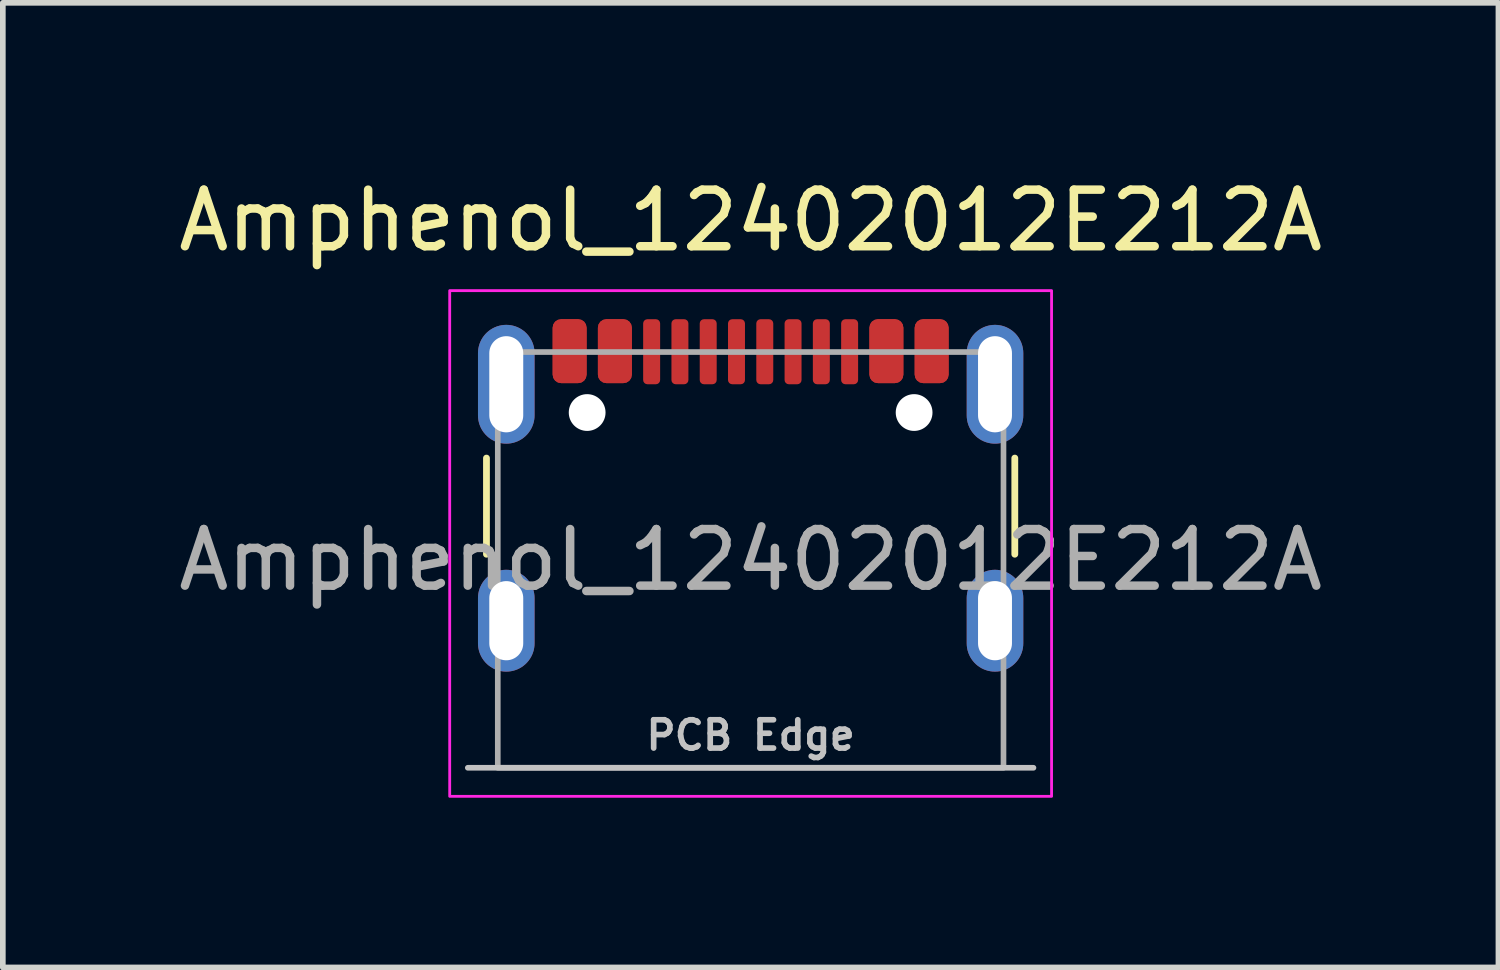
<source format=kicad_pcb>
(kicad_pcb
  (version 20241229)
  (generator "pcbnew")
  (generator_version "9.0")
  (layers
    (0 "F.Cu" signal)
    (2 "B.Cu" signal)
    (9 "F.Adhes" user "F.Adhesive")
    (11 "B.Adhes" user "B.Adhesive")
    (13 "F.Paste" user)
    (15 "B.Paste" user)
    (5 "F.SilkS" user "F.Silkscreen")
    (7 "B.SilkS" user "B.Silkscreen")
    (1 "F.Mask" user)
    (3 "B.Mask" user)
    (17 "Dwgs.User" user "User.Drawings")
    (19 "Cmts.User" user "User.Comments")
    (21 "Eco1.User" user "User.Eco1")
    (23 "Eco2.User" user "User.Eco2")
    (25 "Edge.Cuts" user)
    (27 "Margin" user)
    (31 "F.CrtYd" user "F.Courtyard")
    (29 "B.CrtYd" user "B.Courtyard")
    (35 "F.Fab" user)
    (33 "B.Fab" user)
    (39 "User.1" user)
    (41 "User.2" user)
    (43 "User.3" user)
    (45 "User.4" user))
  (footprint "Amphenol_12402012E212A"
    (layer "F.Cu")
    (at 10.22 6.848)
    (property "Reference" "Amphenol_12402012E212A" (at 0 -6 0) (unlocked yes) (layer "F.SilkS") (effects (font (size 1 1) (thickness 0.15))))
    (attr smd)
    (fp_line (start -4.67 -0.1) (end -4.67 -1.8) (stroke (width 0.12) (type solid)) (layer "F.SilkS"))
    (fp_line (start 4.67 -0.1) (end 4.67 -1.8) (stroke (width 0.12) (type solid)) (layer "F.SilkS"))
    (fp_line (start 5 3.675) (end -5 3.675) (stroke (width 0.1) (type solid)) (layer "Dwgs.User"))
    (fp_rect (start -5.32 -4.76) (end 5.32 4.18) (stroke (width 0.05) (type solid)) (fill no) (layer "F.CrtYd"))
    (fp_rect (start -4.47 -3.675) (end 4.47 3.675) (stroke (width 0.1) (type solid)) (fill no) (layer "F.Fab"))
    (fp_text user "PCB Edge" (at 0 3.1 0) (unlocked yes) (layer "Dwgs.User") (effects (font (size 0.5 0.5) (thickness 0.1))))
    (fp_text user "${REFERENCE}" (at 0 0 0) (unlocked yes) (layer "F.Fab") (effects (font (size 1 1) (thickness 0.15))))
    (pad "" np_thru_hole circle (at -2.89 -2.605) (size 0.65 0.65) (drill 0.65) (layers "*.Cu" "*.Mask"))
    (pad "" np_thru_hole circle (at 2.89 -2.605) (size 0.65 0.65) (drill 0.65) (layers "*.Cu" "*.Mask"))
    (pad "A1" smd roundrect (at -3.2 -3.69) (size 0.6 1.13) (layers "F.Cu" "F.Mask" "F.Paste") (roundrect_rratio 0.25))
    (pad "A4" smd roundrect (at -2.4 -3.69) (size 0.6 1.13) (layers "F.Cu" "F.Mask" "F.Paste") (roundrect_rratio 0.25))
    (pad "A5" smd roundrect (at -1.25 -3.68) (size 0.3 1.15) (layers "F.Cu" "F.Mask" "F.Paste") (roundrect_rratio 0.25))
    (pad "A6" smd roundrect (at -0.25 -3.68) (size 0.3 1.15) (layers "F.Cu" "F.Mask" "F.Paste") (roundrect_rratio 0.25))
    (pad "A7" smd roundrect (at 0.25 -3.68) (size 0.3 1.15) (layers "F.Cu" "F.Mask" "F.Paste") (roundrect_rratio 0.25))
    (pad "A8" smd roundrect (at 1.25 -3.68) (size 0.3 1.15) (layers "F.Cu" "F.Mask" "F.Paste") (roundrect_rratio 0.25))
    (pad "A9" smd roundrect (at 2.4 -3.69) (size 0.6 1.13) (layers "F.Cu" "F.Mask" "F.Paste") (roundrect_rratio 0.25))
    (pad "A12" smd roundrect (at 3.2 -3.69) (size 0.6 1.13) (layers "F.Cu" "F.Mask" "F.Paste") (roundrect_rratio 0.25))
    (pad "B1" smd roundrect (at 3.2 -3.69) (size 0.6 1.13) (layers "F.Cu" "F.Mask" "F.Paste") (roundrect_rratio 0.25))
    (pad "B4" smd roundrect (at 2.4 -3.69) (size 0.6 1.13) (layers "F.Cu" "F.Mask" "F.Paste") (roundrect_rratio 0.25))
    (pad "B5" smd roundrect (at 1.75 -3.68) (size 0.3 1.15) (layers "F.Cu" "F.Mask" "F.Paste") (roundrect_rratio 0.25))
    (pad "B6" smd roundrect (at 0.75 -3.68) (size 0.3 1.15) (layers "F.Cu" "F.Mask" "F.Paste") (roundrect_rratio 0.25))
    (pad "B7" smd roundrect (at -0.75 -3.68) (size 0.3 1.15) (layers "F.Cu" "F.Mask" "F.Paste") (roundrect_rratio 0.25))
    (pad "B8" smd roundrect (at -1.75 -3.68) (size 0.3 1.15) (layers "F.Cu" "F.Mask" "F.Paste") (roundrect_rratio 0.25))
    (pad "B9" smd roundrect (at -2.4 -3.69) (size 0.6 1.13) (layers "F.Cu" "F.Mask" "F.Paste") (roundrect_rratio 0.25))
    (pad "B12" smd roundrect (at -3.2 -3.69) (size 0.6 1.13) (layers "F.Cu" "F.Mask" "F.Paste") (roundrect_rratio 0.25))
    (pad "S1" thru_hole oval (at -4.32 -3.105) (size 1 2.1) (drill oval 0.6 1.7) (property pad_prop_heatsink) (layers "*.Cu" "*.Mask" "F.Paste"))
    (pad "S1" thru_hole oval (at -4.32 1.075) (size 1 1.8) (drill oval 0.6 1.4) (property pad_prop_heatsink) (layers "*.Cu" "*.Mask" "F.Paste"))
    (pad "S1" thru_hole oval (at 4.32 -3.105) (size 1 2.1) (drill oval 0.6 1.7) (property pad_prop_heatsink) (layers "*.Cu" "*.Mask" "F.Paste"))
    (pad "S1" thru_hole oval (at 4.32 1.075) (size 1 1.8) (drill oval 0.6 1.4) (property pad_prop_heatsink) (layers "*.Cu" "*.Mask" "F.Paste")))
  (gr_rect
    (start -3 -3)
    (end 23.44 14.053)
    (stroke (width 0.1) (type default))
    (fill no)
    (layer "Edge.Cuts")))
</source>
